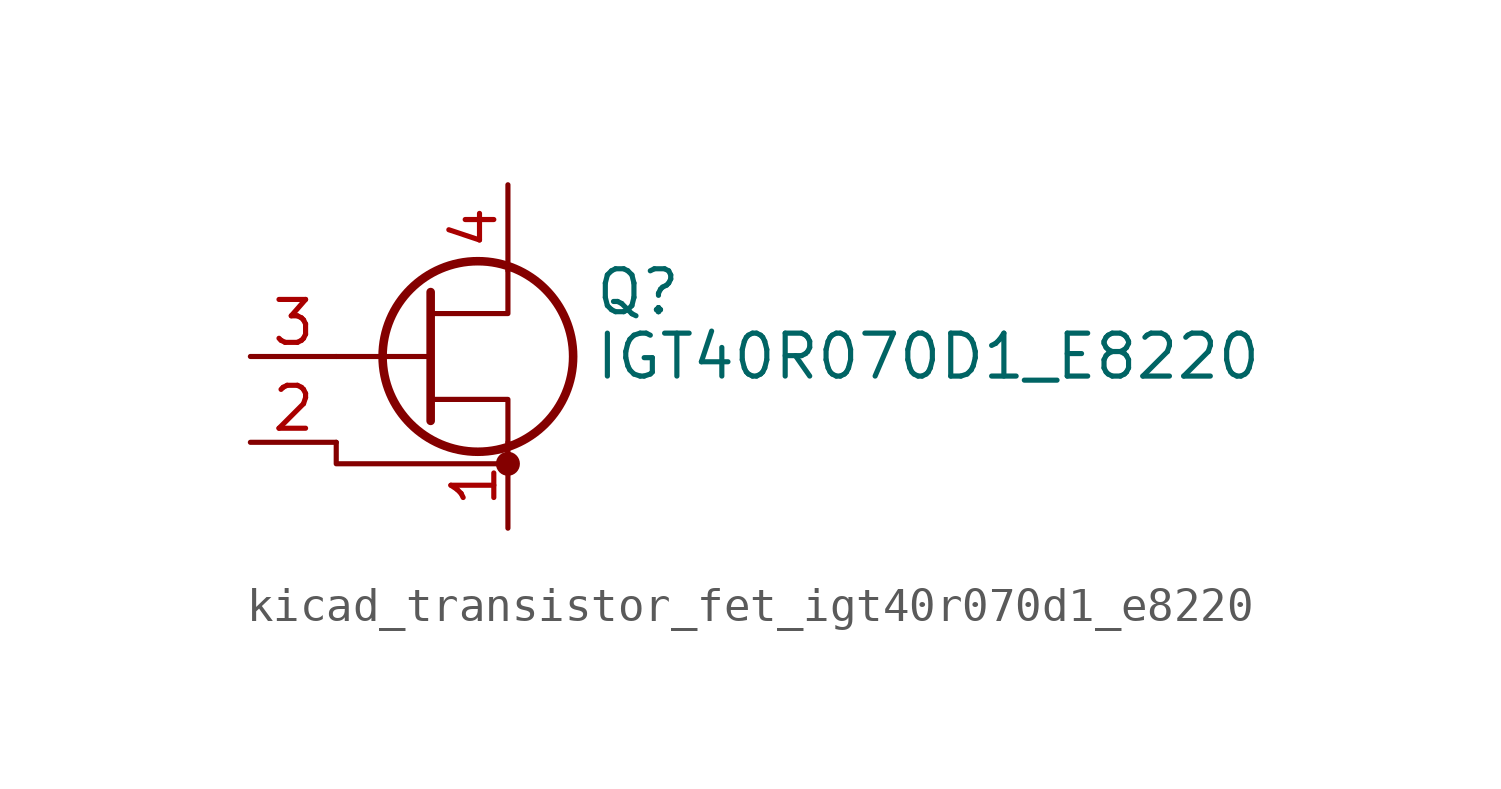
<source format=kicad_sym>
(kicad_symbol_lib
  (version 20220914)
  (generator kicad_symbol_editor)
  (symbol "kicad_transistor_fet_igt40r070d1_e8220"
    (pin_names
      (offset 0) hide)
    (property "Reference" "Q"
      (at 5.08 1.905 0)
      (effects (font (size 1.27 1.27)) (justify left)))
    (property "Value" "IGT40R070D1_E8220"
      (at 5.08 0 0)
      (effects (font (size 1.27 1.27)) (justify left)))
    (symbol "kicad_transistor_fet_igt40r070d1_e8220_0_1"
      (polyline (pts (xy -2.54 0) (xy 0.254 0)) (stroke (width 0) (type default)) (fill (type none)))
      (polyline (pts (xy -2.54 -2.54) (xy -2.54 -3.175) (xy 2.54 -3.175)) (stroke (width 0) (type default)) (fill (type none)))
      (polyline (pts (xy 0.254 -1.27) (xy 2.54 -1.27) (xy 2.54 -2.54)) (stroke (width 0) (type default)) (fill (type none)))
      (polyline (pts (xy 0.254 1.905) (xy 0.254 -1.905) (xy 0.254 -1.905)) (stroke (width 0.254) (type default)) (fill (type none)))
      (polyline (pts (xy 2.54 2.54) (xy 2.54 1.27) (xy 0.254 1.27)) (stroke (width 0) (type default)) (fill (type none)))
      (circle (center 1.651 0) (radius 2.819) (stroke (width 0.254) (type default)) (fill (type none)))
      (circle (center 2.54 -3.175) (radius 0.279) (stroke (width 0) (type default)) (fill (type outline))))
    (symbol "kicad_transistor_fet_igt40r070d1_e8220_1_1"
      (pin passive line (at 2.54 -5.08 90) (length 2.54) (name "S" (effects (font (size 1.27 1.27)))) (number "1" (effects (font (size 1.27 1.27)))))
      (pin passive line (at -5.08 -2.54 0) (length 2.54) (name "SS" (effects (font (size 1.27 1.27)))) (number "2" (effects (font (size 1.27 1.27)))))
      (pin input line (at -5.08 0 0) (length 2.54) (name "G" (effects (font (size 1.27 1.27)))) (number "3" (effects (font (size 1.27 1.27)))))
      (pin passive line (at 2.54 5.08 270) (length 2.54) (name "D" (effects (font (size 1.27 1.27)))) (number "4" (effects (font (size 1.27 1.27))))))))
</source>
